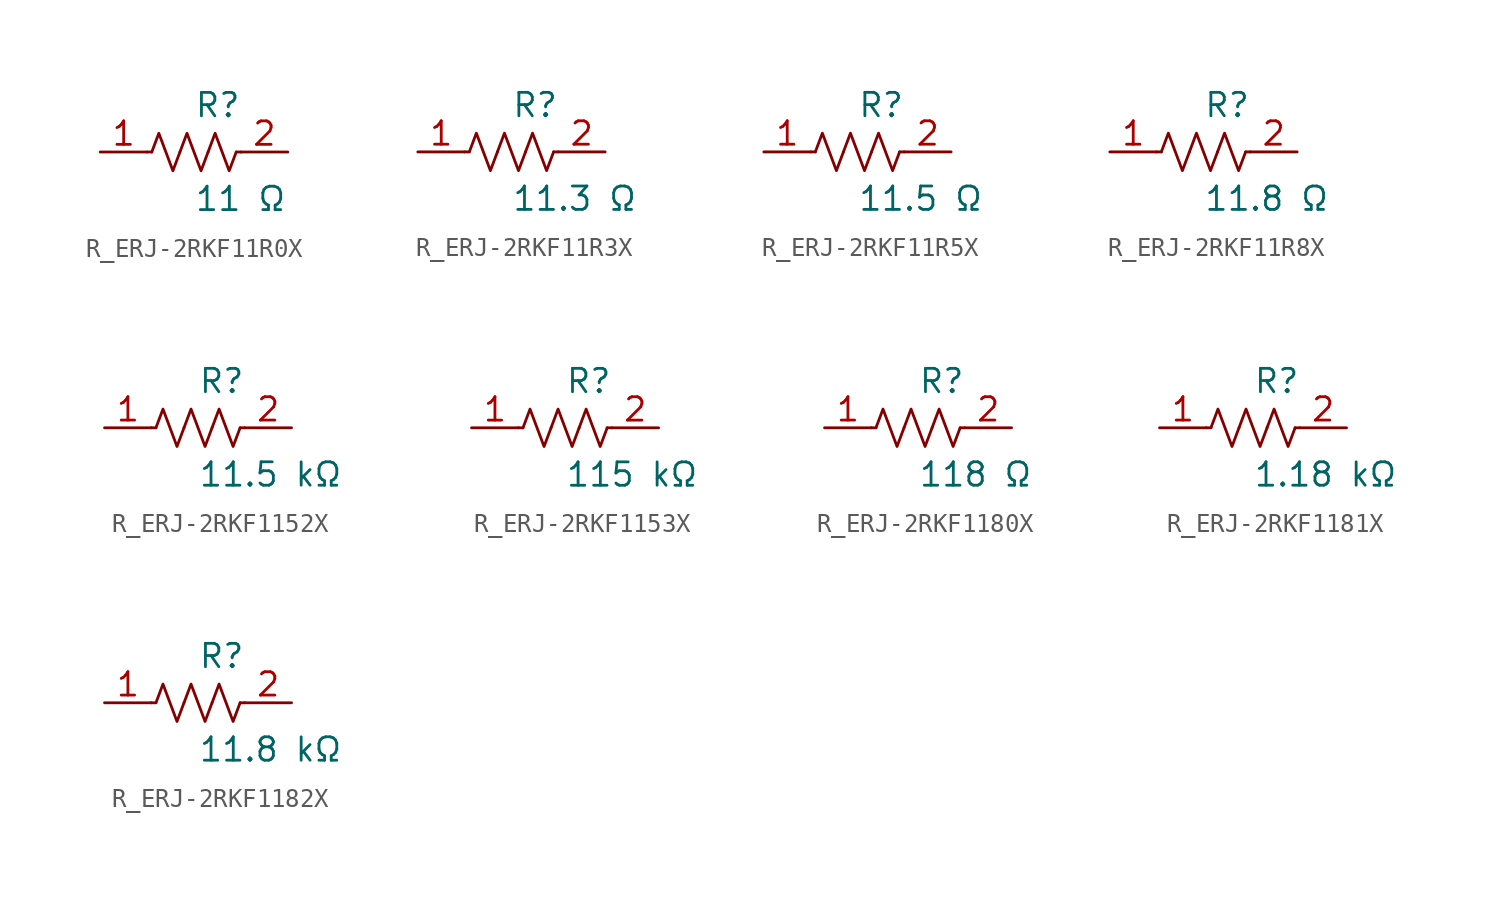
<source format=kicad_sym>
(kicad_symbol_lib
  (version 20231120)
  (generator kicad_symbol_editor)
  (generator_version 8.0)
  (symbol "R_ERJ-2RKF11R0X"
    (pin_names
      (offset 0.254))
    (property "Reference" "R"
      (at 0 2.54 0)
      (effects (font (size 1.27 1.27)) (justify left)))
    (property "Value" "11 Ω"
      (at 0 -2.54 0)
      (effects (font (size 1.27 1.27)) (justify left)))
    (symbol "R_ERJ-2RKF11R0X_0_1"
      (polyline (pts (xy 2.286 0) (xy 2.54 0)) (stroke (width 0) (type default)) (fill (type none)))
      (polyline (pts (xy -2.286 0) (xy -2.54 0)) (stroke (width 0) (type default)) (fill (type none)))
      (polyline (pts (xy 0.762 0) (xy 1.143 1.016) (xy 1.524 0) (xy 1.905 -1.016) (xy 2.286 0)) (stroke (width 0) (type default)) (fill (type none)))
      (polyline (pts (xy -0.762 0) (xy -0.381 1.016) (xy 0 0) (xy 0.381 -1.016) (xy 0.762 0)) (stroke (width 0) (type default)) (fill (type none)))
      (polyline (pts (xy -2.286 0) (xy -1.905 1.016) (xy -1.524 0) (xy -1.143 -1.016) (xy -0.762 0)) (stroke (width 0) (type default)) (fill (type none))))
    (pin unspecified line
      (at -5.08 0 0)
      (length 2.54)
      (name "" (effects (font (size 1.27 1.27))))
      (number "1" (effects (font (size 1.27 1.27)))))
    (pin unspecified line
      (at 5.08 0 180)
      (length 2.54)
      (name "" (effects (font (size 1.27 1.27))))
      (number "2" (effects (font (size 1.27 1.27))))))
  (symbol "R_ERJ-2RKF11R3X"
    (pin_names
      (offset 0.254))
    (property "Reference" "R"
      (at 0 2.54 0)
      (effects (font (size 1.27 1.27)) (justify left)))
    (property "Value" "11.3 Ω"
      (at 0 -2.54 0)
      (effects (font (size 1.27 1.27)) (justify left)))
    (symbol "R_ERJ-2RKF11R3X_0_1"
      (polyline (pts (xy 2.286 0) (xy 2.54 0)) (stroke (width 0) (type default)) (fill (type none)))
      (polyline (pts (xy -2.286 0) (xy -2.54 0)) (stroke (width 0) (type default)) (fill (type none)))
      (polyline (pts (xy 0.762 0) (xy 1.143 1.016) (xy 1.524 0) (xy 1.905 -1.016) (xy 2.286 0)) (stroke (width 0) (type default)) (fill (type none)))
      (polyline (pts (xy -0.762 0) (xy -0.381 1.016) (xy 0 0) (xy 0.381 -1.016) (xy 0.762 0)) (stroke (width 0) (type default)) (fill (type none)))
      (polyline (pts (xy -2.286 0) (xy -1.905 1.016) (xy -1.524 0) (xy -1.143 -1.016) (xy -0.762 0)) (stroke (width 0) (type default)) (fill (type none))))
    (pin unspecified line
      (at -5.08 0 0)
      (length 2.54)
      (name "" (effects (font (size 1.27 1.27))))
      (number "1" (effects (font (size 1.27 1.27)))))
    (pin unspecified line
      (at 5.08 0 180)
      (length 2.54)
      (name "" (effects (font (size 1.27 1.27))))
      (number "2" (effects (font (size 1.27 1.27))))))
  (symbol "R_ERJ-2RKF11R5X"
    (pin_names
      (offset 0.254))
    (property "Reference" "R"
      (at 0 2.54 0)
      (effects (font (size 1.27 1.27)) (justify left)))
    (property "Value" "11.5 Ω"
      (at 0 -2.54 0)
      (effects (font (size 1.27 1.27)) (justify left)))
    (symbol "R_ERJ-2RKF11R5X_0_1"
      (polyline (pts (xy 2.286 0) (xy 2.54 0)) (stroke (width 0) (type default)) (fill (type none)))
      (polyline (pts (xy -2.286 0) (xy -2.54 0)) (stroke (width 0) (type default)) (fill (type none)))
      (polyline (pts (xy 0.762 0) (xy 1.143 1.016) (xy 1.524 0) (xy 1.905 -1.016) (xy 2.286 0)) (stroke (width 0) (type default)) (fill (type none)))
      (polyline (pts (xy -0.762 0) (xy -0.381 1.016) (xy 0 0) (xy 0.381 -1.016) (xy 0.762 0)) (stroke (width 0) (type default)) (fill (type none)))
      (polyline (pts (xy -2.286 0) (xy -1.905 1.016) (xy -1.524 0) (xy -1.143 -1.016) (xy -0.762 0)) (stroke (width 0) (type default)) (fill (type none))))
    (pin unspecified line
      (at -5.08 0 0)
      (length 2.54)
      (name "" (effects (font (size 1.27 1.27))))
      (number "1" (effects (font (size 1.27 1.27)))))
    (pin unspecified line
      (at 5.08 0 180)
      (length 2.54)
      (name "" (effects (font (size 1.27 1.27))))
      (number "2" (effects (font (size 1.27 1.27))))))
  (symbol "R_ERJ-2RKF11R8X"
    (pin_names
      (offset 0.254))
    (property "Reference" "R"
      (at 0 2.54 0)
      (effects (font (size 1.27 1.27)) (justify left)))
    (property "Value" "11.8 Ω"
      (at 0 -2.54 0)
      (effects (font (size 1.27 1.27)) (justify left)))
    (symbol "R_ERJ-2RKF11R8X_0_1"
      (polyline (pts (xy 2.286 0) (xy 2.54 0)) (stroke (width 0) (type default)) (fill (type none)))
      (polyline (pts (xy -2.286 0) (xy -2.54 0)) (stroke (width 0) (type default)) (fill (type none)))
      (polyline (pts (xy 0.762 0) (xy 1.143 1.016) (xy 1.524 0) (xy 1.905 -1.016) (xy 2.286 0)) (stroke (width 0) (type default)) (fill (type none)))
      (polyline (pts (xy -0.762 0) (xy -0.381 1.016) (xy 0 0) (xy 0.381 -1.016) (xy 0.762 0)) (stroke (width 0) (type default)) (fill (type none)))
      (polyline (pts (xy -2.286 0) (xy -1.905 1.016) (xy -1.524 0) (xy -1.143 -1.016) (xy -0.762 0)) (stroke (width 0) (type default)) (fill (type none))))
    (pin unspecified line
      (at -5.08 0 0)
      (length 2.54)
      (name "" (effects (font (size 1.27 1.27))))
      (number "1" (effects (font (size 1.27 1.27)))))
    (pin unspecified line
      (at 5.08 0 180)
      (length 2.54)
      (name "" (effects (font (size 1.27 1.27))))
      (number "2" (effects (font (size 1.27 1.27))))))
  (symbol "R_ERJ-2RKF1152X"
    (pin_names
      (offset 0.254))
    (property "Reference" "R"
      (at 0 2.54 0)
      (effects (font (size 1.27 1.27)) (justify left)))
    (property "Value" "11.5 kΩ"
      (at 0 -2.54 0)
      (effects (font (size 1.27 1.27)) (justify left)))
    (symbol "R_ERJ-2RKF1152X_0_1"
      (polyline (pts (xy 2.286 0) (xy 2.54 0)) (stroke (width 0) (type default)) (fill (type none)))
      (polyline (pts (xy -2.286 0) (xy -2.54 0)) (stroke (width 0) (type default)) (fill (type none)))
      (polyline (pts (xy 0.762 0) (xy 1.143 1.016) (xy 1.524 0) (xy 1.905 -1.016) (xy 2.286 0)) (stroke (width 0) (type default)) (fill (type none)))
      (polyline (pts (xy -0.762 0) (xy -0.381 1.016) (xy 0 0) (xy 0.381 -1.016) (xy 0.762 0)) (stroke (width 0) (type default)) (fill (type none)))
      (polyline (pts (xy -2.286 0) (xy -1.905 1.016) (xy -1.524 0) (xy -1.143 -1.016) (xy -0.762 0)) (stroke (width 0) (type default)) (fill (type none))))
    (pin unspecified line
      (at -5.08 0 0)
      (length 2.54)
      (name "" (effects (font (size 1.27 1.27))))
      (number "1" (effects (font (size 1.27 1.27)))))
    (pin unspecified line
      (at 5.08 0 180)
      (length 2.54)
      (name "" (effects (font (size 1.27 1.27))))
      (number "2" (effects (font (size 1.27 1.27))))))
  (symbol "R_ERJ-2RKF1153X"
    (pin_names
      (offset 0.254))
    (property "Reference" "R"
      (at 0 2.54 0)
      (effects (font (size 1.27 1.27)) (justify left)))
    (property "Value" "115 kΩ"
      (at 0 -2.54 0)
      (effects (font (size 1.27 1.27)) (justify left)))
    (symbol "R_ERJ-2RKF1153X_0_1"
      (polyline (pts (xy 2.286 0) (xy 2.54 0)) (stroke (width 0) (type default)) (fill (type none)))
      (polyline (pts (xy -2.286 0) (xy -2.54 0)) (stroke (width 0) (type default)) (fill (type none)))
      (polyline (pts (xy 0.762 0) (xy 1.143 1.016) (xy 1.524 0) (xy 1.905 -1.016) (xy 2.286 0)) (stroke (width 0) (type default)) (fill (type none)))
      (polyline (pts (xy -0.762 0) (xy -0.381 1.016) (xy 0 0) (xy 0.381 -1.016) (xy 0.762 0)) (stroke (width 0) (type default)) (fill (type none)))
      (polyline (pts (xy -2.286 0) (xy -1.905 1.016) (xy -1.524 0) (xy -1.143 -1.016) (xy -0.762 0)) (stroke (width 0) (type default)) (fill (type none))))
    (pin unspecified line
      (at -5.08 0 0)
      (length 2.54)
      (name "" (effects (font (size 1.27 1.27))))
      (number "1" (effects (font (size 1.27 1.27)))))
    (pin unspecified line
      (at 5.08 0 180)
      (length 2.54)
      (name "" (effects (font (size 1.27 1.27))))
      (number "2" (effects (font (size 1.27 1.27))))))
  (symbol "R_ERJ-2RKF1180X"
    (pin_names
      (offset 0.254))
    (property "Reference" "R"
      (at 0 2.54 0)
      (effects (font (size 1.27 1.27)) (justify left)))
    (property "Value" "118 Ω"
      (at 0 -2.54 0)
      (effects (font (size 1.27 1.27)) (justify left)))
    (symbol "R_ERJ-2RKF1180X_0_1"
      (polyline (pts (xy 2.286 0) (xy 2.54 0)) (stroke (width 0) (type default)) (fill (type none)))
      (polyline (pts (xy -2.286 0) (xy -2.54 0)) (stroke (width 0) (type default)) (fill (type none)))
      (polyline (pts (xy 0.762 0) (xy 1.143 1.016) (xy 1.524 0) (xy 1.905 -1.016) (xy 2.286 0)) (stroke (width 0) (type default)) (fill (type none)))
      (polyline (pts (xy -0.762 0) (xy -0.381 1.016) (xy 0 0) (xy 0.381 -1.016) (xy 0.762 0)) (stroke (width 0) (type default)) (fill (type none)))
      (polyline (pts (xy -2.286 0) (xy -1.905 1.016) (xy -1.524 0) (xy -1.143 -1.016) (xy -0.762 0)) (stroke (width 0) (type default)) (fill (type none))))
    (pin unspecified line
      (at -5.08 0 0)
      (length 2.54)
      (name "" (effects (font (size 1.27 1.27))))
      (number "1" (effects (font (size 1.27 1.27)))))
    (pin unspecified line
      (at 5.08 0 180)
      (length 2.54)
      (name "" (effects (font (size 1.27 1.27))))
      (number "2" (effects (font (size 1.27 1.27))))))
  (symbol "R_ERJ-2RKF1181X"
    (pin_names
      (offset 0.254))
    (property "Reference" "R"
      (at 0 2.54 0)
      (effects (font (size 1.27 1.27)) (justify left)))
    (property "Value" "1.18 kΩ"
      (at 0 -2.54 0)
      (effects (font (size 1.27 1.27)) (justify left)))
    (symbol "R_ERJ-2RKF1181X_0_1"
      (polyline (pts (xy 2.286 0) (xy 2.54 0)) (stroke (width 0) (type default)) (fill (type none)))
      (polyline (pts (xy -2.286 0) (xy -2.54 0)) (stroke (width 0) (type default)) (fill (type none)))
      (polyline (pts (xy 0.762 0) (xy 1.143 1.016) (xy 1.524 0) (xy 1.905 -1.016) (xy 2.286 0)) (stroke (width 0) (type default)) (fill (type none)))
      (polyline (pts (xy -0.762 0) (xy -0.381 1.016) (xy 0 0) (xy 0.381 -1.016) (xy 0.762 0)) (stroke (width 0) (type default)) (fill (type none)))
      (polyline (pts (xy -2.286 0) (xy -1.905 1.016) (xy -1.524 0) (xy -1.143 -1.016) (xy -0.762 0)) (stroke (width 0) (type default)) (fill (type none))))
    (pin unspecified line
      (at -5.08 0 0)
      (length 2.54)
      (name "" (effects (font (size 1.27 1.27))))
      (number "1" (effects (font (size 1.27 1.27)))))
    (pin unspecified line
      (at 5.08 0 180)
      (length 2.54)
      (name "" (effects (font (size 1.27 1.27))))
      (number "2" (effects (font (size 1.27 1.27))))))
  (symbol "R_ERJ-2RKF1182X"
    (pin_names
      (offset 0.254))
    (property "Reference" "R"
      (at 0 2.54 0)
      (effects (font (size 1.27 1.27)) (justify left)))
    (property "Value" "11.8 kΩ"
      (at 0 -2.54 0)
      (effects (font (size 1.27 1.27)) (justify left)))
    (symbol "R_ERJ-2RKF1182X_0_1"
      (polyline (pts (xy 2.286 0) (xy 2.54 0)) (stroke (width 0) (type default)) (fill (type none)))
      (polyline (pts (xy -2.286 0) (xy -2.54 0)) (stroke (width 0) (type default)) (fill (type none)))
      (polyline (pts (xy 0.762 0) (xy 1.143 1.016) (xy 1.524 0) (xy 1.905 -1.016) (xy 2.286 0)) (stroke (width 0) (type default)) (fill (type none)))
      (polyline (pts (xy -0.762 0) (xy -0.381 1.016) (xy 0 0) (xy 0.381 -1.016) (xy 0.762 0)) (stroke (width 0) (type default)) (fill (type none)))
      (polyline (pts (xy -2.286 0) (xy -1.905 1.016) (xy -1.524 0) (xy -1.143 -1.016) (xy -0.762 0)) (stroke (width 0) (type default)) (fill (type none))))
    (pin unspecified line
      (at -5.08 0 0)
      (length 2.54)
      (name "" (effects (font (size 1.27 1.27))))
      (number "1" (effects (font (size 1.27 1.27)))))
    (pin unspecified line
      (at 5.08 0 180)
      (length 2.54)
      (name "" (effects (font (size 1.27 1.27))))
      (number "2" (effects (font (size 1.27 1.27)))))))
</source>
